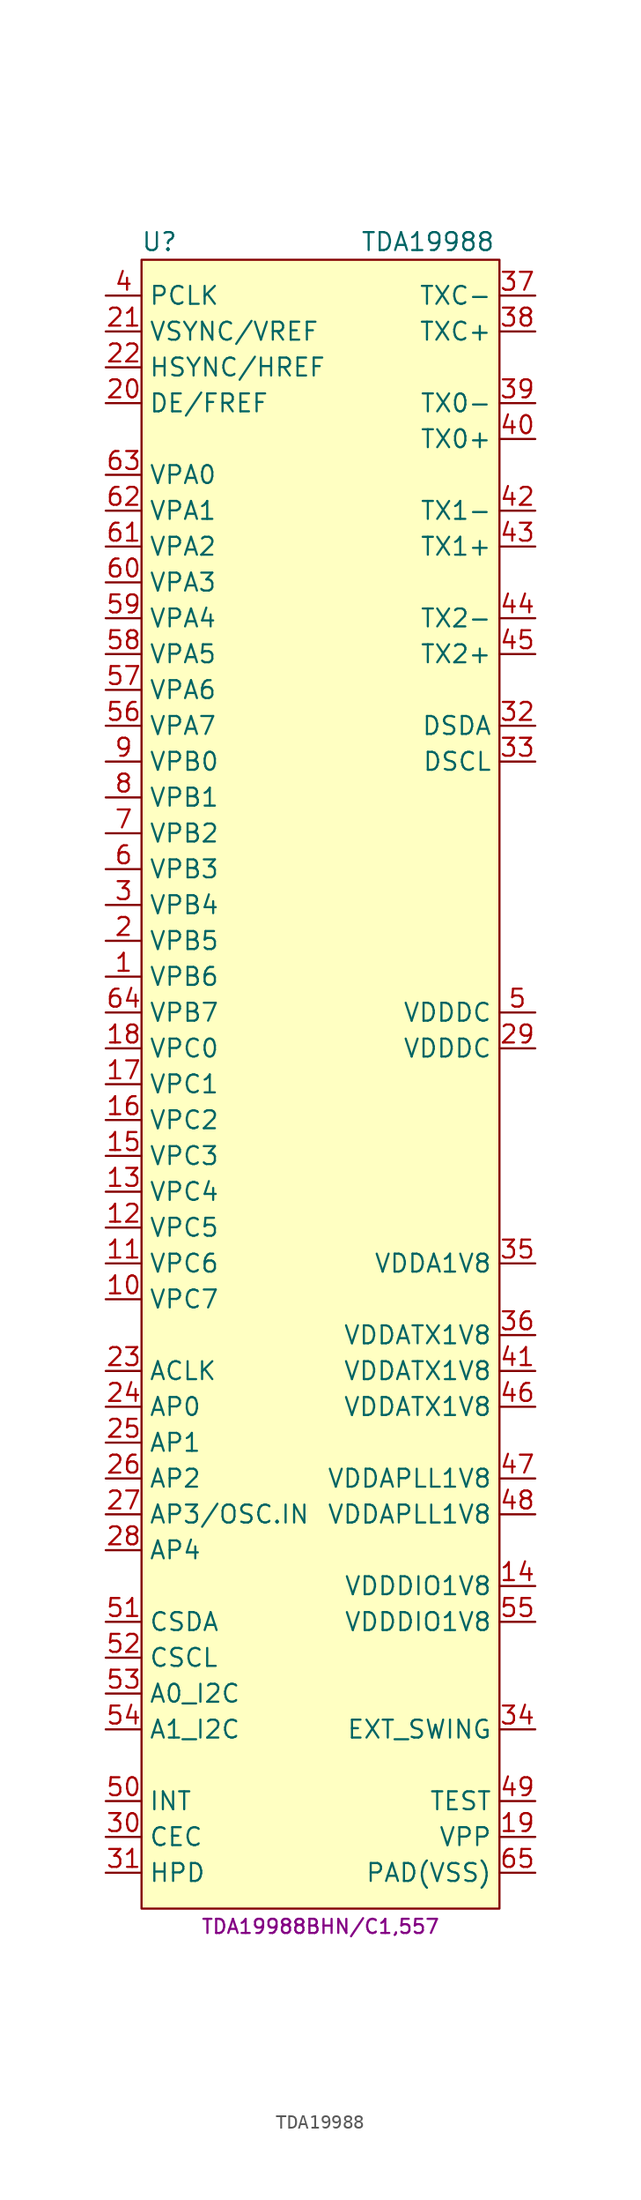
<source format=kicad_sym>
(kicad_symbol_lib
  (version 20231120)
  (generator "kicad_symbol_editor")
  (generator_version "8.0")
  (symbol "TDA19988"
    (property "Reference" "U"
      (at -11.43 52.07 0)
      (effects (font (size 1.27 1.27))))
    (property "Value" "TDA19988"
      (at 7.62 52.07 0)
      (effects (font (size 1.27 1.27))))
    (property "MPN" "TDA19988BHN/C1,557"
      (at 0 -67.31 0)
      (effects (font (size 1 1))))
    (symbol "TDA19988_0_1"
      (rectangle (start -12.7 50.8) (end 12.7 -66.04) (stroke (width 0.152) (type default)) (fill (type background))))
    (symbol "TDA19988_1_1"
      (pin input line (at -15.24 0 0) (length 2.54) (name "VPB6" (effects (font (size 1.27 1.27)))) (number "1" (effects (font (size 1.27 1.27)))))
      (pin input line (at -15.24 -22.86 0) (length 2.54) (name "VPC7" (effects (font (size 1.27 1.27)))) (number "10" (effects (font (size 1.27 1.27)))))
      (pin input line (at -15.24 -20.32 0) (length 2.54) (name "VPC6" (effects (font (size 1.27 1.27)))) (number "11" (effects (font (size 1.27 1.27)))))
      (pin input line (at -15.24 -17.78 0) (length 2.54) (name "VPC5" (effects (font (size 1.27 1.27)))) (number "12" (effects (font (size 1.27 1.27)))))
      (pin input line (at -15.24 -15.24 0) (length 2.54) (name "VPC4" (effects (font (size 1.27 1.27)))) (number "13" (effects (font (size 1.27 1.27)))))
      (pin power_in line (at 15.24 -43.18 180) (length 2.54) (name "VDDDIO1V8" (effects (font (size 1.27 1.27)))) (number "14" (effects (font (size 1.27 1.27)))))
      (pin input line (at -15.24 -12.7 0) (length 2.54) (name "VPC3" (effects (font (size 1.27 1.27)))) (number "15" (effects (font (size 1.27 1.27)))))
      (pin input line (at -15.24 -10.16 0) (length 2.54) (name "VPC2" (effects (font (size 1.27 1.27)))) (number "16" (effects (font (size 1.27 1.27)))))
      (pin input line (at -15.24 -7.62 0) (length 2.54) (name "VPC1" (effects (font (size 1.27 1.27)))) (number "17" (effects (font (size 1.27 1.27)))))
      (pin input line (at -15.24 -5.08 0) (length 2.54) (name "VPC0" (effects (font (size 1.27 1.27)))) (number "18" (effects (font (size 1.27 1.27)))))
      (pin power_in line (at 15.24 -60.96 180) (length 2.54) (name "VPP" (effects (font (size 1.27 1.27)))) (number "19" (effects (font (size 1.27 1.27)))))
      (pin input line (at -15.24 2.54 0) (length 2.54) (name "VPB5" (effects (font (size 1.27 1.27)))) (number "2" (effects (font (size 1.27 1.27)))))
      (pin input line (at -15.24 40.64 0) (length 2.54) (name "DE/FREF" (effects (font (size 1.27 1.27)))) (number "20" (effects (font (size 1.27 1.27)))))
      (pin input line (at -15.24 45.72 0) (length 2.54) (name "VSYNC/VREF" (effects (font (size 1.27 1.27)))) (number "21" (effects (font (size 1.27 1.27)))))
      (pin input line (at -15.24 43.18 0) (length 2.54) (name "HSYNC/HREF" (effects (font (size 1.27 1.27)))) (number "22" (effects (font (size 1.27 1.27)))))
      (pin input line (at -15.24 -27.94 0) (length 2.54) (name "ACLK" (effects (font (size 1.27 1.27)))) (number "23" (effects (font (size 1.27 1.27)))))
      (pin input line (at -15.24 -30.48 0) (length 2.54) (name "AP0" (effects (font (size 1.27 1.27)))) (number "24" (effects (font (size 1.27 1.27)))))
      (pin input line (at -15.24 -33.02 0) (length 2.54) (name "AP1" (effects (font (size 1.27 1.27)))) (number "25" (effects (font (size 1.27 1.27)))))
      (pin input line (at -15.24 -35.56 0) (length 2.54) (name "AP2" (effects (font (size 1.27 1.27)))) (number "26" (effects (font (size 1.27 1.27)))))
      (pin input line (at -15.24 -38.1 0) (length 2.54) (name "AP3/OSC.IN" (effects (font (size 1.27 1.27)))) (number "27" (effects (font (size 1.27 1.27)))))
      (pin input line (at -15.24 -40.64 0) (length 2.54) (name "AP4" (effects (font (size 1.27 1.27)))) (number "28" (effects (font (size 1.27 1.27)))))
      (pin power_in line (at 15.24 -5.08 180) (length 2.54) (name "VDDDC" (effects (font (size 1.27 1.27)))) (number "29" (effects (font (size 1.27 1.27)))))
      (pin input line (at -15.24 5.08 0) (length 2.54) (name "VPB4" (effects (font (size 1.27 1.27)))) (number "3" (effects (font (size 1.27 1.27)))))
      (pin bidirectional line (at -15.24 -60.96 0) (length 2.54) (name "CEC" (effects (font (size 1.27 1.27)))) (number "30" (effects (font (size 1.27 1.27)))))
      (pin input line (at -15.24 -63.5 0) (length 2.54) (name "HPD" (effects (font (size 1.27 1.27)))) (number "31" (effects (font (size 1.27 1.27)))))
      (pin bidirectional line (at 15.24 17.78 180) (length 2.54) (name "DSDA" (effects (font (size 1.27 1.27)))) (number "32" (effects (font (size 1.27 1.27)))))
      (pin input line (at 15.24 15.24 180) (length 2.54) (name "DSCL" (effects (font (size 1.27 1.27)))) (number "33" (effects (font (size 1.27 1.27)))))
      (pin output line (at 15.24 -53.34 180) (length 2.54) (name "EXT_SWING" (effects (font (size 1.27 1.27)))) (number "34" (effects (font (size 1.27 1.27)))))
      (pin power_in line (at 15.24 -20.32 180) (length 2.54) (name "VDDA1V8" (effects (font (size 1.27 1.27)))) (number "35" (effects (font (size 1.27 1.27)))))
      (pin power_in line (at 15.24 -25.4 180) (length 2.54) (name "VDDATX1V8" (effects (font (size 1.27 1.27)))) (number "36" (effects (font (size 1.27 1.27)))))
      (pin output line (at 15.24 48.26 180) (length 2.54) (name "TXC-" (effects (font (size 1.27 1.27)))) (number "37" (effects (font (size 1.27 1.27)))))
      (pin output line (at 15.24 45.72 180) (length 2.54) (name "TXC+" (effects (font (size 1.27 1.27)))) (number "38" (effects (font (size 1.27 1.27)))))
      (pin output line (at 15.24 40.64 180) (length 2.54) (name "TX0-" (effects (font (size 1.27 1.27)))) (number "39" (effects (font (size 1.27 1.27)))))
      (pin input line (at -15.24 48.26 0) (length 2.54) (name "PCLK" (effects (font (size 1.27 1.27)))) (number "4" (effects (font (size 1.27 1.27)))))
      (pin output line (at 15.24 38.1 180) (length 2.54) (name "TX0+" (effects (font (size 1.27 1.27)))) (number "40" (effects (font (size 1.27 1.27)))))
      (pin power_in line (at 15.24 -27.94 180) (length 2.54) (name "VDDATX1V8" (effects (font (size 1.27 1.27)))) (number "41" (effects (font (size 1.27 1.27)))))
      (pin output line (at 15.24 33.02 180) (length 2.54) (name "TX1-" (effects (font (size 1.27 1.27)))) (number "42" (effects (font (size 1.27 1.27)))))
      (pin output line (at 15.24 30.48 180) (length 2.54) (name "TX1+" (effects (font (size 1.27 1.27)))) (number "43" (effects (font (size 1.27 1.27)))))
      (pin output line (at 15.24 25.4 180) (length 2.54) (name "TX2-" (effects (font (size 1.27 1.27)))) (number "44" (effects (font (size 1.27 1.27)))))
      (pin output line (at 15.24 22.86 180) (length 2.54) (name "TX2+" (effects (font (size 1.27 1.27)))) (number "45" (effects (font (size 1.27 1.27)))))
      (pin power_in line (at 15.24 -30.48 180) (length 2.54) (name "VDDATX1V8" (effects (font (size 1.27 1.27)))) (number "46" (effects (font (size 1.27 1.27)))))
      (pin power_in line (at 15.24 -35.56 180) (length 2.54) (name "VDDAPLL1V8" (effects (font (size 1.27 1.27)))) (number "47" (effects (font (size 1.27 1.27)))))
      (pin power_in line (at 15.24 -38.1 180) (length 2.54) (name "VDDAPLL1V8" (effects (font (size 1.27 1.27)))) (number "48" (effects (font (size 1.27 1.27)))))
      (pin passive line (at 15.24 -58.42 180) (length 2.54) (name "TEST" (effects (font (size 1.27 1.27)))) (number "49" (effects (font (size 1.27 1.27)))))
      (pin power_in line (at 15.24 -2.54 180) (length 2.54) (name "VDDDC" (effects (font (size 1.27 1.27)))) (number "5" (effects (font (size 1.27 1.27)))))
      (pin bidirectional line (at -15.24 -58.42 0) (length 2.54) (name "INT" (effects (font (size 1.27 1.27)))) (number "50" (effects (font (size 1.27 1.27)))))
      (pin bidirectional line (at -15.24 -45.72 0) (length 2.54) (name "CSDA" (effects (font (size 1.27 1.27)))) (number "51" (effects (font (size 1.27 1.27)))))
      (pin input line (at -15.24 -48.26 0) (length 2.54) (name "CSCL" (effects (font (size 1.27 1.27)))) (number "52" (effects (font (size 1.27 1.27)))))
      (pin input line (at -15.24 -50.8 0) (length 2.54) (name "A0_I2C" (effects (font (size 1.27 1.27)))) (number "53" (effects (font (size 1.27 1.27)))))
      (pin input line (at -15.24 -53.34 0) (length 2.54) (name "A1_I2C" (effects (font (size 1.27 1.27)))) (number "54" (effects (font (size 1.27 1.27)))))
      (pin power_in line (at 15.24 -45.72 180) (length 2.54) (name "VDDDIO1V8" (effects (font (size 1.27 1.27)))) (number "55" (effects (font (size 1.27 1.27)))))
      (pin input line (at -15.24 17.78 0) (length 2.54) (name "VPA7" (effects (font (size 1.27 1.27)))) (number "56" (effects (font (size 1.27 1.27)))))
      (pin input line (at -15.24 20.32 0) (length 2.54) (name "VPA6" (effects (font (size 1.27 1.27)))) (number "57" (effects (font (size 1.27 1.27)))))
      (pin input line (at -15.24 22.86 0) (length 2.54) (name "VPA5" (effects (font (size 1.27 1.27)))) (number "58" (effects (font (size 1.27 1.27)))))
      (pin input line (at -15.24 25.4 0) (length 2.54) (name "VPA4" (effects (font (size 1.27 1.27)))) (number "59" (effects (font (size 1.27 1.27)))))
      (pin input line (at -15.24 7.62 0) (length 2.54) (name "VPB3" (effects (font (size 1.27 1.27)))) (number "6" (effects (font (size 1.27 1.27)))))
      (pin input line (at -15.24 27.94 0) (length 2.54) (name "VPA3" (effects (font (size 1.27 1.27)))) (number "60" (effects (font (size 1.27 1.27)))))
      (pin input line (at -15.24 30.48 0) (length 2.54) (name "VPA2" (effects (font (size 1.27 1.27)))) (number "61" (effects (font (size 1.27 1.27)))))
      (pin input line (at -15.24 33.02 0) (length 2.54) (name "VPA1" (effects (font (size 1.27 1.27)))) (number "62" (effects (font (size 1.27 1.27)))))
      (pin input line (at -15.24 35.56 0) (length 2.54) (name "VPA0" (effects (font (size 1.27 1.27)))) (number "63" (effects (font (size 1.27 1.27)))))
      (pin input line (at -15.24 -2.54 0) (length 2.54) (name "VPB7" (effects (font (size 1.27 1.27)))) (number "64" (effects (font (size 1.27 1.27)))))
      (pin power_in line (at 15.24 -63.5 180) (length 2.54) (name "PAD(VSS)" (effects (font (size 1.27 1.27)))) (number "65" (effects (font (size 1.27 1.27)))))
      (pin input line (at -15.24 10.16 0) (length 2.54) (name "VPB2" (effects (font (size 1.27 1.27)))) (number "7" (effects (font (size 1.27 1.27)))))
      (pin input line (at -15.24 12.7 0) (length 2.54) (name "VPB1" (effects (font (size 1.27 1.27)))) (number "8" (effects (font (size 1.27 1.27)))))
      (pin input line (at -15.24 15.24 0) (length 2.54) (name "VPB0" (effects (font (size 1.27 1.27)))) (number "9" (effects (font (size 1.27 1.27))))))))
</source>
